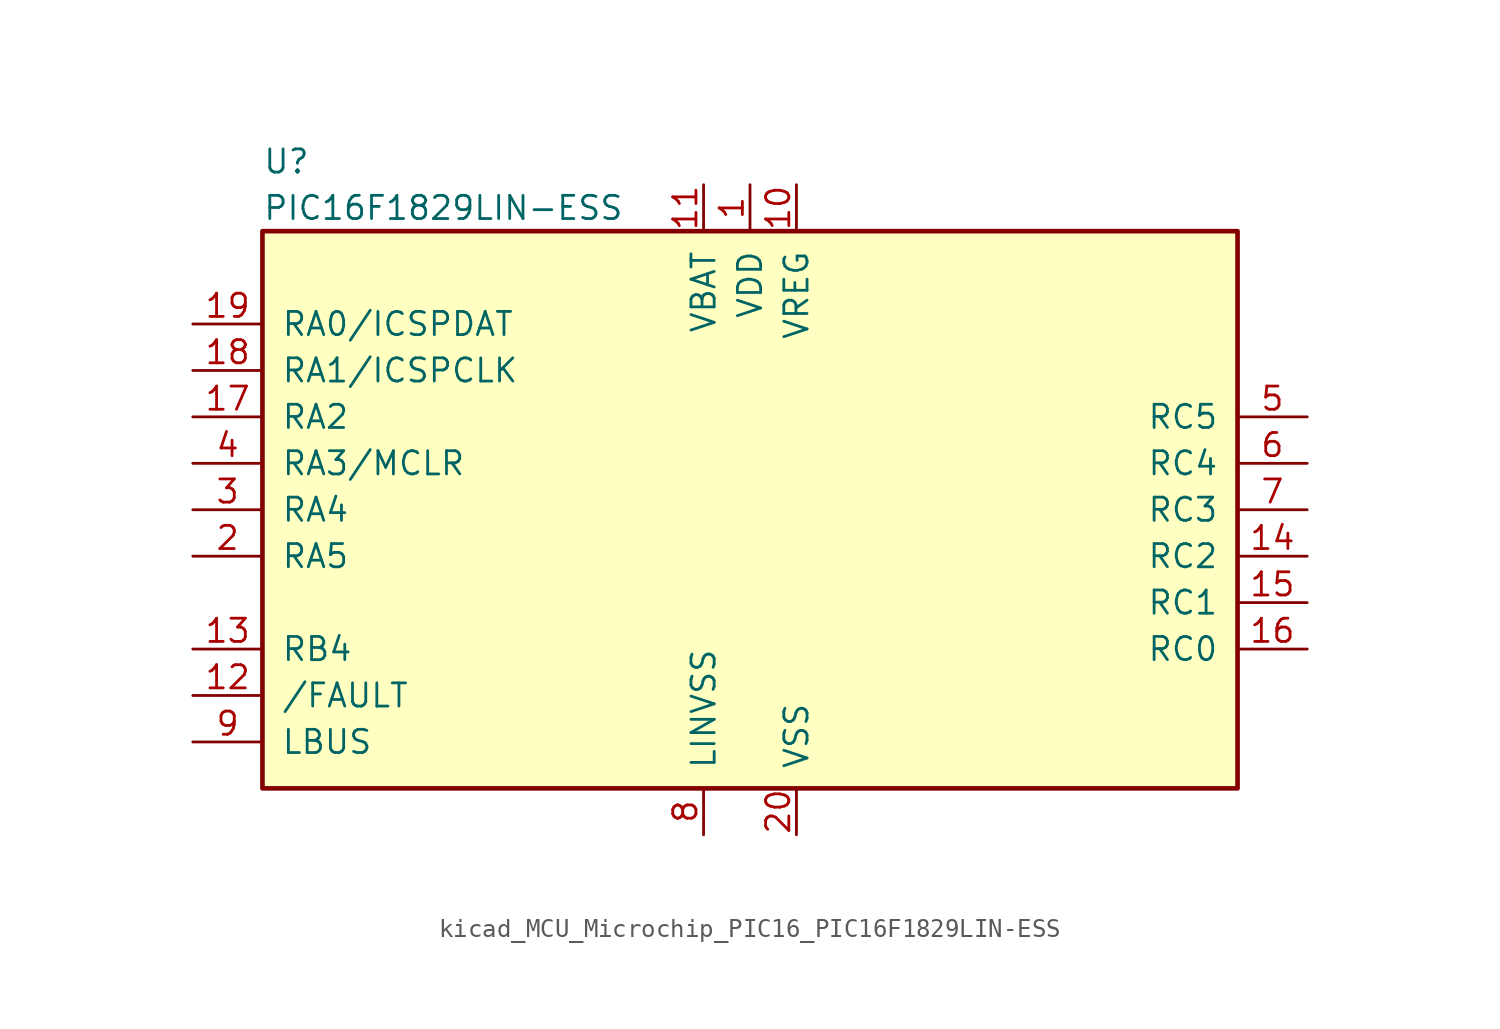
<source format=kicad_sym>
(kicad_symbol_lib
  (version 20220914)
  (generator kicad_symbol_editor)
  (symbol "kicad_MCU_Microchip_PIC16_PIC16F1829LIN-ESS"
    (pin_names
      (offset 1.016))
    (property "Reference" "U"
      (at -26.67 19.05 0)
      (effects (font (size 1.27 1.27)) (justify left)))
    (property "Value" "PIC16F1829LIN-ESS"
      (at -26.67 16.51 0)
      (effects (font (size 1.27 1.27)) (justify left)))
    (symbol "kicad_MCU_Microchip_PIC16_PIC16F1829LIN-ESS_0_1"
      (rectangle (start -26.67 15.24) (end 26.67 -15.24) (stroke (width 0.254) (type default)) (fill (type background))))
    (symbol "kicad_MCU_Microchip_PIC16_PIC16F1829LIN-ESS_1_1"
      (pin power_in line (at 0 17.78 270) (length 2.54) (name "VDD" (effects (font (size 1.27 1.27)))) (number "1" (effects (font (size 1.27 1.27)))))
      (pin power_out line (at 2.54 17.78 270) (length 2.54) (name "VREG" (effects (font (size 1.27 1.27)))) (number "10" (effects (font (size 1.27 1.27)))))
      (pin power_in line (at -2.54 17.78 270) (length 2.54) (name "VBAT" (effects (font (size 1.27 1.27)))) (number "11" (effects (font (size 1.27 1.27)))))
      (pin bidirectional line (at -30.48 -10.16 0) (length 3.81) (name "/FAULT" (effects (font (size 1.27 1.27)))) (number "12" (effects (font (size 1.27 1.27)))))
      (pin bidirectional line (at -30.48 -7.62 0) (length 3.81) (name "RB4" (effects (font (size 1.27 1.27)))) (number "13" (effects (font (size 1.27 1.27)))))
      (pin bidirectional line (at 30.48 -2.54 180) (length 3.81) (name "RC2" (effects (font (size 1.27 1.27)))) (number "14" (effects (font (size 1.27 1.27)))))
      (pin bidirectional line (at 30.48 -5.08 180) (length 3.81) (name "RC1" (effects (font (size 1.27 1.27)))) (number "15" (effects (font (size 1.27 1.27)))))
      (pin bidirectional line (at 30.48 -7.62 180) (length 3.81) (name "RC0" (effects (font (size 1.27 1.27)))) (number "16" (effects (font (size 1.27 1.27)))))
      (pin bidirectional line (at -30.48 5.08 0) (length 3.81) (name "RA2" (effects (font (size 1.27 1.27)))) (number "17" (effects (font (size 1.27 1.27)))))
      (pin bidirectional line (at -30.48 7.62 0) (length 3.81) (name "RA1/ICSPCLK" (effects (font (size 1.27 1.27)))) (number "18" (effects (font (size 1.27 1.27)))))
      (pin bidirectional line (at -30.48 10.16 0) (length 3.81) (name "RA0/ICSPDAT" (effects (font (size 1.27 1.27)))) (number "19" (effects (font (size 1.27 1.27)))))
      (pin bidirectional line (at -30.48 -2.54 0) (length 3.81) (name "RA5" (effects (font (size 1.27 1.27)))) (number "2" (effects (font (size 1.27 1.27)))))
      (pin power_in line (at 2.54 -17.78 90) (length 2.54) (name "VSS" (effects (font (size 1.27 1.27)))) (number "20" (effects (font (size 1.27 1.27)))))
      (pin bidirectional line (at -30.48 0 0) (length 3.81) (name "RA4" (effects (font (size 1.27 1.27)))) (number "3" (effects (font (size 1.27 1.27)))))
      (pin bidirectional line (at -30.48 2.54 0) (length 3.81) (name "RA3/MCLR" (effects (font (size 1.27 1.27)))) (number "4" (effects (font (size 1.27 1.27)))))
      (pin bidirectional line (at 30.48 5.08 180) (length 3.81) (name "RC5" (effects (font (size 1.27 1.27)))) (number "5" (effects (font (size 1.27 1.27)))))
      (pin bidirectional line (at 30.48 2.54 180) (length 3.81) (name "RC4" (effects (font (size 1.27 1.27)))) (number "6" (effects (font (size 1.27 1.27)))))
      (pin bidirectional line (at 30.48 0 180) (length 3.81) (name "RC3" (effects (font (size 1.27 1.27)))) (number "7" (effects (font (size 1.27 1.27)))))
      (pin power_in line (at -2.54 -17.78 90) (length 2.54) (name "LINVSS" (effects (font (size 1.27 1.27)))) (number "8" (effects (font (size 1.27 1.27)))))
      (pin bidirectional line (at -30.48 -12.7 0) (length 3.81) (name "LBUS" (effects (font (size 1.27 1.27)))) (number "9" (effects (font (size 1.27 1.27))))))))
</source>
